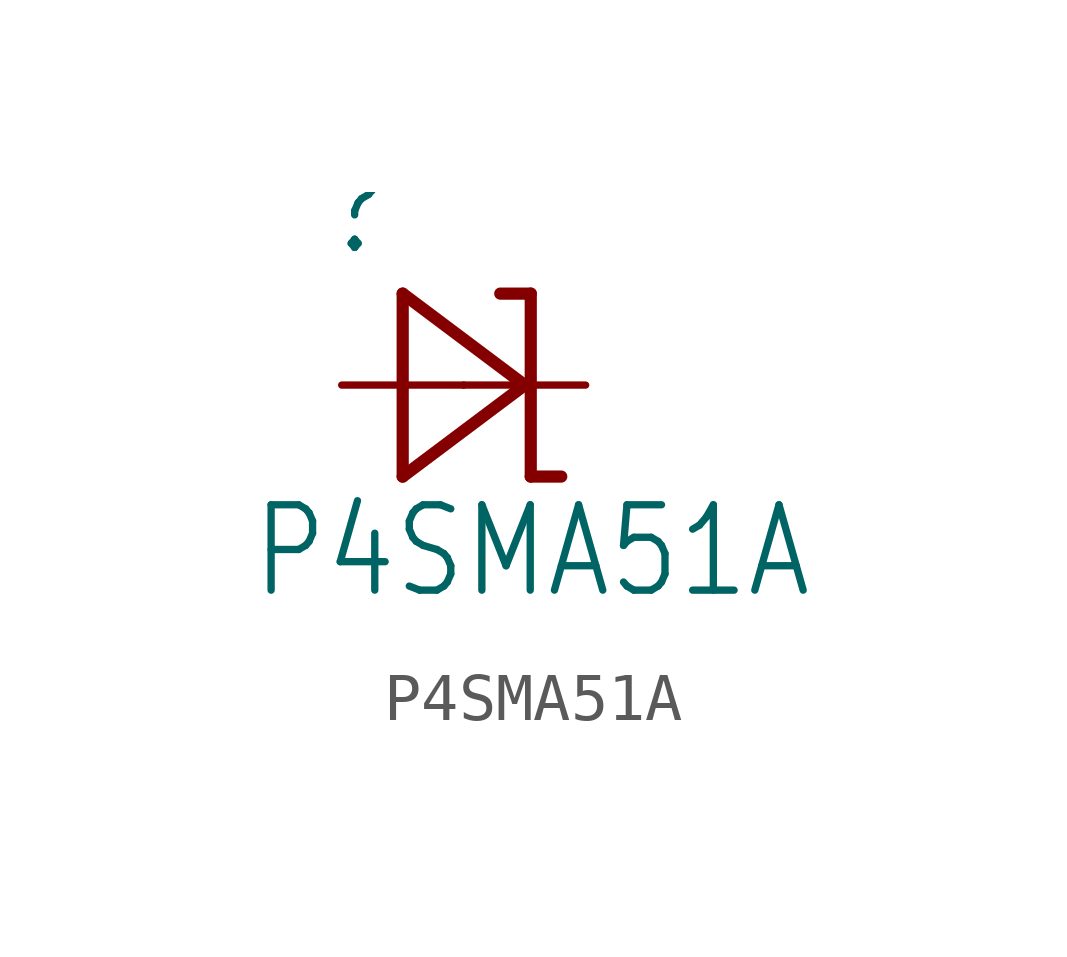
<source format=kicad_sym>
(kicad_symbol_lib
  (version 20211014)
  (generator kicad_symbol_editor)
  (symbol "P4SMA51A"
    (property "Reference" ""
      (at -2.946 2.642 0)
      (effects (font (size 1.778 1.511)) (justify left bottom)))
    (property "Value" "P4SMA51A"
      (at -4.47 -4.496 0)
      (effects (font (size 1.778 1.511)) (justify left bottom)))
    (property "ki_locked" ""
      (at 0 0 0)
      (effects (font (size 1.27 1.27))))
    (symbol "P4SMA51A_1_0"
      (polyline (pts (xy -1.27 -1.905) (xy 1.27 0)) (stroke (width 0.254) (type default) (color 0 0 0 0)) (fill (type none)))
      (polyline (pts (xy -1.27 1.905) (xy -1.27 -1.905)) (stroke (width 0.254) (type default) (color 0 0 0 0)) (fill (type none)))
      (polyline (pts (xy 1.27 0) (xy -1.27 1.905)) (stroke (width 0.254) (type default) (color 0 0 0 0)) (fill (type none)))
      (polyline (pts (xy 1.397 -1.905) (xy 2.032 -1.905)) (stroke (width 0.254) (type default) (color 0 0 0 0)) (fill (type none)))
      (polyline (pts (xy 1.397 1.905) (xy 0.762 1.905)) (stroke (width 0.254) (type default) (color 0 0 0 0)) (fill (type none)))
      (polyline (pts (xy 1.397 1.905) (xy 1.397 -1.905)) (stroke (width 0.254) (type default) (color 0 0 0 0)) (fill (type none)))
      (pin passive line (at -2.54 0 0) (length 2.54) (name "A" (effects (font (size 0 0)))) (number "A" (effects (font (size 0 0)))))
      (pin passive line (at 2.54 0 180) (length 2.54) (name "C" (effects (font (size 0 0)))) (number "K" (effects (font (size 0 0))))))))
</source>
